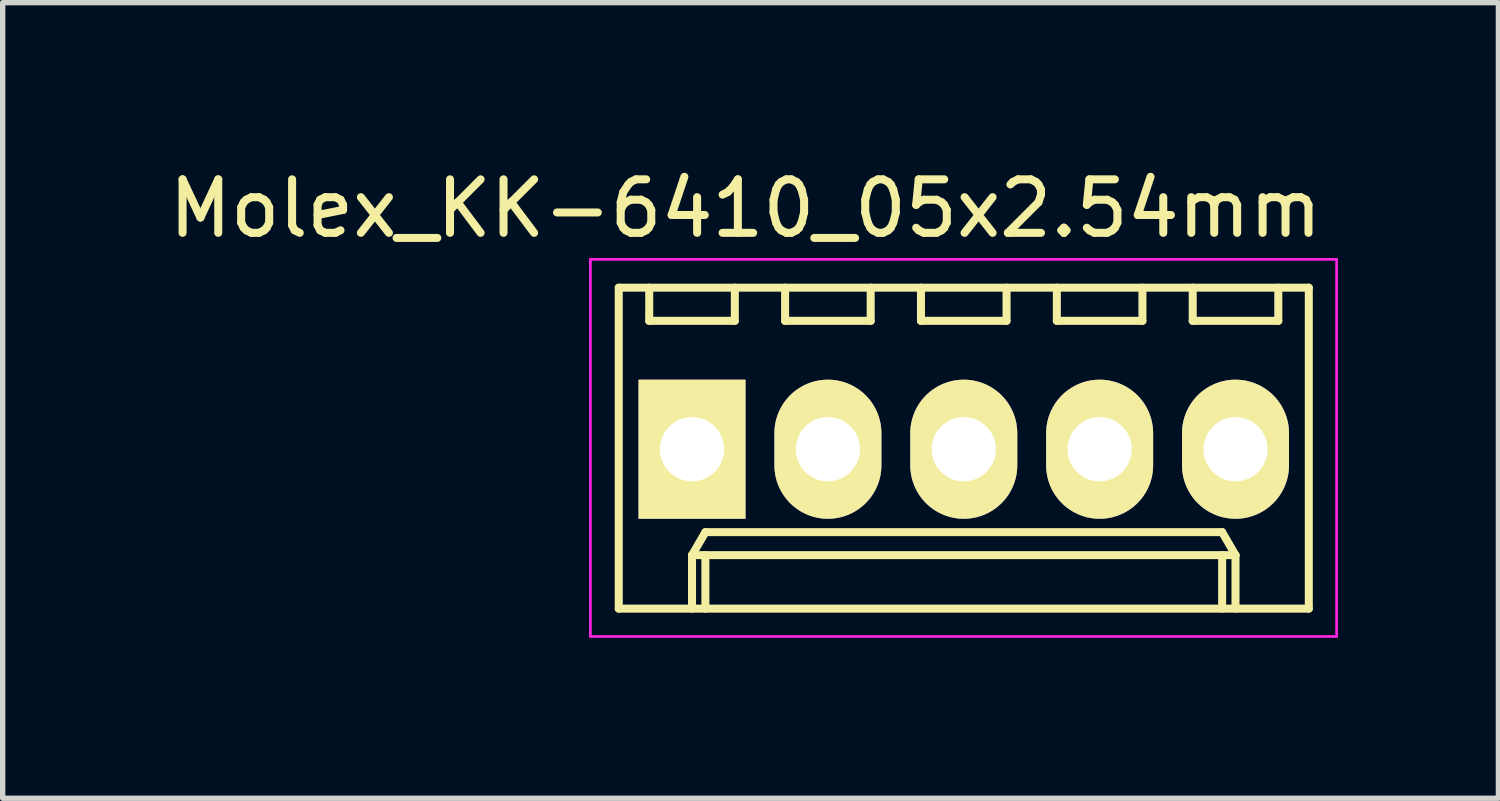
<source format=kicad_pcb>
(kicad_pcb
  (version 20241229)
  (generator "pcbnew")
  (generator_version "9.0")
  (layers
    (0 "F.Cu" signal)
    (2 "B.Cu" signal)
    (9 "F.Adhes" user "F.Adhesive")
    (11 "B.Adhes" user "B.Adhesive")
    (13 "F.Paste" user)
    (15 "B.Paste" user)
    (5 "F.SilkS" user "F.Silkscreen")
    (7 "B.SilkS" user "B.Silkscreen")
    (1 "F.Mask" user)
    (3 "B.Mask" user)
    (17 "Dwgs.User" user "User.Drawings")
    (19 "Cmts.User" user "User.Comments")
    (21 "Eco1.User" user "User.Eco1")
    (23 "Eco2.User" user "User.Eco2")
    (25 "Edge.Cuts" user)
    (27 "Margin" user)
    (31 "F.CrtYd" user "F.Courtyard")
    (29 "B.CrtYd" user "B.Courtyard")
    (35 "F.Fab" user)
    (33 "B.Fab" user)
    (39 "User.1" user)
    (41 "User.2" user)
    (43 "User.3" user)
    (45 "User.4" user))
  (footprint "Molex_KK-6410_05x2.54mm"
    (layer "F.Cu")
    (at 9.887 5.348)
    (property "Reference" "Molex_KK-6410_05x2.54mm" (at 1 -4.5 0) (layer "F.SilkS") (effects (font (size 1 1) (thickness 0.15))))
    (attr through_hole)
    (fp_line (start -1.37 -3.02) (end -1.37 2.98) (stroke (width 0.15) (type solid)) (layer "F.SilkS"))
    (fp_line (start -1.37 2.98) (end 11.53 2.98) (stroke (width 0.15) (type solid)) (layer "F.SilkS"))
    (fp_line (start -0.8 -3.02) (end -0.8 -2.4) (stroke (width 0.15) (type solid)) (layer "F.SilkS"))
    (fp_line (start -0.8 -2.4) (end 0.8 -2.4) (stroke (width 0.15) (type solid)) (layer "F.SilkS"))
    (fp_line (start 0 1.98) (end 0.25 1.55) (stroke (width 0.15) (type solid)) (layer "F.SilkS"))
    (fp_line (start 0 1.98) (end 10.16 1.98) (stroke (width 0.15) (type solid)) (layer "F.SilkS"))
    (fp_line (start 0 2.98) (end 0 1.98) (stroke (width 0.15) (type solid)) (layer "F.SilkS"))
    (fp_line (start 0.25 1.55) (end 9.91 1.55) (stroke (width 0.15) (type solid)) (layer "F.SilkS"))
    (fp_line (start 0.25 2.98) (end 0.25 1.98) (stroke (width 0.15) (type solid)) (layer "F.SilkS"))
    (fp_line (start 0.8 -2.4) (end 0.8 -3.02) (stroke (width 0.15) (type solid)) (layer "F.SilkS"))
    (fp_line (start 1.74 -3.02) (end 1.74 -2.4) (stroke (width 0.15) (type solid)) (layer "F.SilkS"))
    (fp_line (start 1.74 -2.4) (end 3.34 -2.4) (stroke (width 0.15) (type solid)) (layer "F.SilkS"))
    (fp_line (start 3.34 -2.4) (end 3.34 -3.02) (stroke (width 0.15) (type solid)) (layer "F.SilkS"))
    (fp_line (start 4.28 -3.02) (end 4.28 -2.4) (stroke (width 0.15) (type solid)) (layer "F.SilkS"))
    (fp_line (start 4.28 -2.4) (end 5.88 -2.4) (stroke (width 0.15) (type solid)) (layer "F.SilkS"))
    (fp_line (start 5.88 -2.4) (end 5.88 -3.02) (stroke (width 0.15) (type solid)) (layer "F.SilkS"))
    (fp_line (start 6.82 -3.02) (end 6.82 -2.4) (stroke (width 0.15) (type solid)) (layer "F.SilkS"))
    (fp_line (start 6.82 -2.4) (end 8.42 -2.4) (stroke (width 0.15) (type solid)) (layer "F.SilkS"))
    (fp_line (start 8.42 -2.4) (end 8.42 -3.02) (stroke (width 0.15) (type solid)) (layer "F.SilkS"))
    (fp_line (start 9.36 -3.02) (end 9.36 -2.4) (stroke (width 0.15) (type solid)) (layer "F.SilkS"))
    (fp_line (start 9.36 -2.4) (end 10.96 -2.4) (stroke (width 0.15) (type solid)) (layer "F.SilkS"))
    (fp_line (start 9.91 1.55) (end 10.16 1.98) (stroke (width 0.15) (type solid)) (layer "F.SilkS"))
    (fp_line (start 9.91 2.98) (end 9.91 1.98) (stroke (width 0.15) (type solid)) (layer "F.SilkS"))
    (fp_line (start 10.16 1.98) (end 10.16 2.98) (stroke (width 0.15) (type solid)) (layer "F.SilkS"))
    (fp_line (start 10.96 -2.4) (end 10.96 -3.02) (stroke (width 0.15) (type solid)) (layer "F.SilkS"))
    (fp_line (start 11.53 -3.02) (end -1.37 -3.02) (stroke (width 0.15) (type solid)) (layer "F.SilkS"))
    (fp_line (start 11.53 2.98) (end 11.53 -3.02) (stroke (width 0.15) (type solid)) (layer "F.SilkS"))
    (fp_line (start -1.9 -3.55) (end 12.05 -3.55) (stroke (width 0.05) (type solid)) (layer "F.CrtYd"))
    (fp_line (start -1.9 3.5) (end -1.9 -3.55) (stroke (width 0.05) (type solid)) (layer "F.CrtYd"))
    (fp_line (start 12.05 -3.55) (end 12.05 3.5) (stroke (width 0.05) (type solid)) (layer "F.CrtYd"))
    (fp_line (start 12.05 3.5) (end -1.9 3.5) (stroke (width 0.05) (type solid)) (layer "F.CrtYd"))
    (pad "1" thru_hole rect (at 0 0) (size 2 2.6) (drill 1.2) (layers "*.Cu" "*.Mask" "F.SilkS"))
    (pad "2" thru_hole oval (at 2.54 0) (size 2 2.6) (drill 1.2) (layers "*.Cu" "*.Mask" "F.SilkS"))
    (pad "3" thru_hole oval (at 5.08 0) (size 2 2.6) (drill 1.2) (layers "*.Cu" "*.Mask" "F.SilkS"))
    (pad "4" thru_hole oval (at 7.62 0) (size 2 2.6) (drill 1.2) (layers "*.Cu" "*.Mask" "F.SilkS"))
    (pad "5" thru_hole oval (at 10.16 0) (size 2 2.6) (drill 1.2) (layers "*.Cu" "*.Mask" "F.SilkS")))
  (gr_rect
    (start -3 -3)
    (end 24.962 11.873)
    (stroke (width 0.1) (type default))
    (fill no)
    (layer "Edge.Cuts")))
</source>
